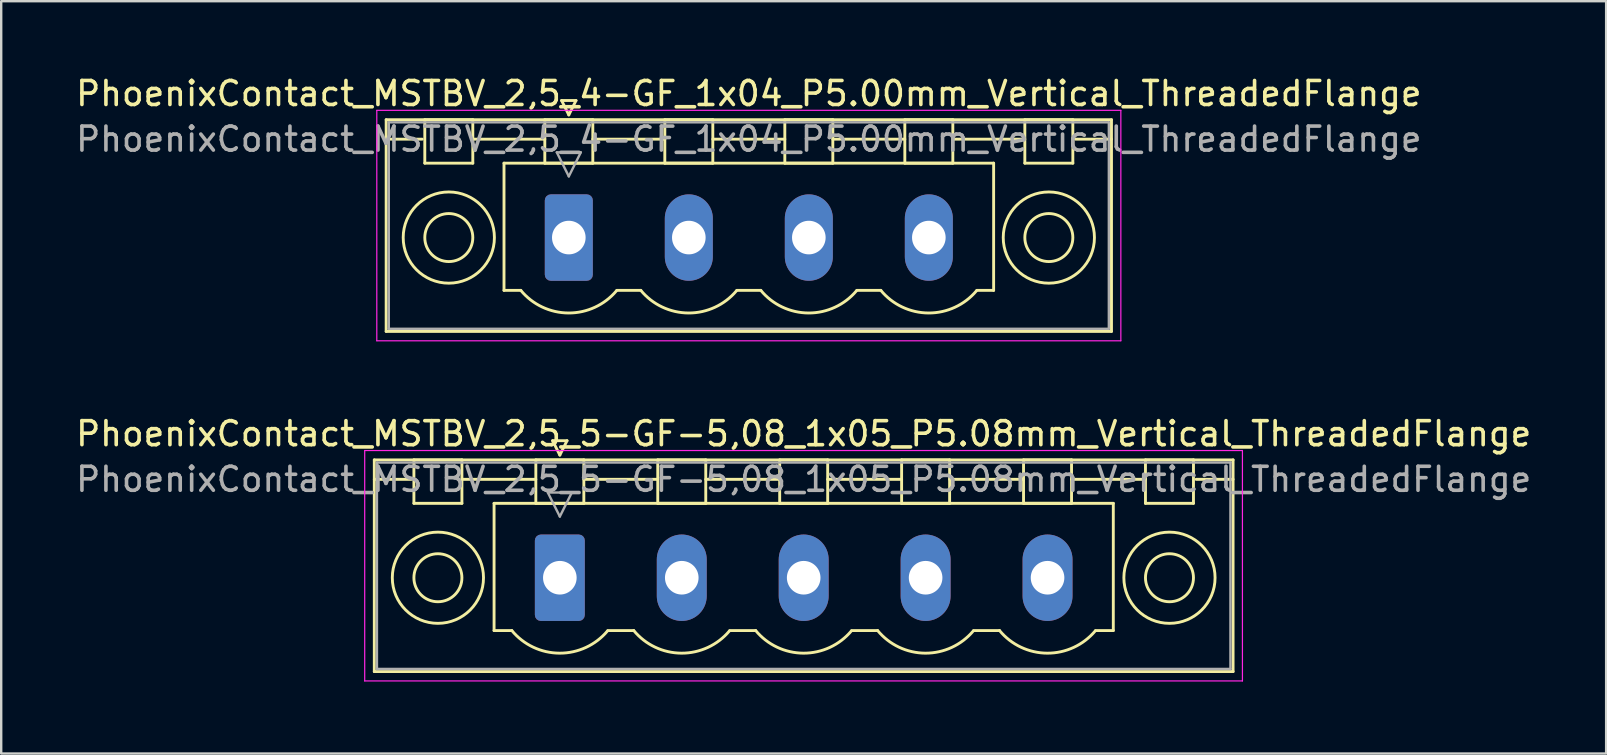
<source format=kicad_pcb>
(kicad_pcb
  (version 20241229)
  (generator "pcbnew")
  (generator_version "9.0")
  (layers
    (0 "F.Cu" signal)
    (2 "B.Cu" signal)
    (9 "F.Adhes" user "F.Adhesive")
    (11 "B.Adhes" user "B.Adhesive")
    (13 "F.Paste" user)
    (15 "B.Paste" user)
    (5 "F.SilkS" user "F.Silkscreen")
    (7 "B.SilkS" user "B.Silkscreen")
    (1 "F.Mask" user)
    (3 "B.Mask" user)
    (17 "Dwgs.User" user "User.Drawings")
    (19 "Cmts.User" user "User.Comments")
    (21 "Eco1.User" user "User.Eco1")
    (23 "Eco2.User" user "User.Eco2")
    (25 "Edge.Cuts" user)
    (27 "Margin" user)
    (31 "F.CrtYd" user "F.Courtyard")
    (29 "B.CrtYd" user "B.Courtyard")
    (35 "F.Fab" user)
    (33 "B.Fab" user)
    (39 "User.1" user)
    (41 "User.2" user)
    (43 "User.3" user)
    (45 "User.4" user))
  (footprint "PhoenixContact_MSTBV_2,5_4-GF_1x04_P5.00mm_Vertical_ThreadedFlange"
    (layer "F.Cu")
    (at 20.649 6.848)
    (property "Reference" "PhoenixContact_MSTBV_2,5_4-GF_1x04_P5.00mm_Vertical_ThreadedFlange" (at 7.5 -6 0) (layer "F.SilkS") (effects (font (size 1 1) (thickness 0.15))))
    (attr through_hole)
    (fp_line (start -7.61 -4.91) (end -7.61 3.91) (stroke (width 0.12) (type solid)) (layer "F.SilkS"))
    (fp_line (start -7.61 -4.1) (end -6.11 -4.1) (stroke (width 0.12) (type solid)) (layer "F.SilkS"))
    (fp_line (start -7.61 3.91) (end 22.61 3.91) (stroke (width 0.12) (type solid)) (layer "F.SilkS"))
    (fp_line (start -6 -4.91) (end -4 -4.91) (stroke (width 0.12) (type solid)) (layer "F.SilkS"))
    (fp_line (start -6 -3.1) (end -6 -4.91) (stroke (width 0.12) (type solid)) (layer "F.SilkS"))
    (fp_line (start -4 -4.91) (end -4 -3.1) (stroke (width 0.12) (type solid)) (layer "F.SilkS"))
    (fp_line (start -4 -4.1) (end -1 -4.1) (stroke (width 0.12) (type solid)) (layer "F.SilkS"))
    (fp_line (start -4 -3.1) (end -6 -3.1) (stroke (width 0.12) (type solid)) (layer "F.SilkS"))
    (fp_line (start -2.7 -3.1) (end 17.7 -3.1) (stroke (width 0.12) (type solid)) (layer "F.SilkS"))
    (fp_line (start -2.7 2.2) (end -2.7 -3.1) (stroke (width 0.12) (type solid)) (layer "F.SilkS"))
    (fp_line (start -2 2.2) (end -2.7 2.2) (stroke (width 0.12) (type solid)) (layer "F.SilkS"))
    (fp_line (start -1 -4.91) (end 1 -4.91) (stroke (width 0.12) (type solid)) (layer "F.SilkS"))
    (fp_line (start -1 -3.1) (end -1 -4.91) (stroke (width 0.12) (type solid)) (layer "F.SilkS"))
    (fp_line (start -0.3 -5.71) (end 0.3 -5.71) (stroke (width 0.12) (type solid)) (layer "F.SilkS"))
    (fp_line (start 0 -5.11) (end -0.3 -5.71) (stroke (width 0.12) (type solid)) (layer "F.SilkS"))
    (fp_line (start 0.3 -5.71) (end 0 -5.11) (stroke (width 0.12) (type solid)) (layer "F.SilkS"))
    (fp_line (start 1 -4.91) (end 1 -3.1) (stroke (width 0.12) (type solid)) (layer "F.SilkS"))
    (fp_line (start 1 -4.1) (end 4 -4.1) (stroke (width 0.12) (type solid)) (layer "F.SilkS"))
    (fp_line (start 1 -3.1) (end -1 -3.1) (stroke (width 0.12) (type solid)) (layer "F.SilkS"))
    (fp_line (start 2 2.2) (end 3 2.2) (stroke (width 0.12) (type solid)) (layer "F.SilkS"))
    (fp_line (start 4 -4.91) (end 6 -4.91) (stroke (width 0.12) (type solid)) (layer "F.SilkS"))
    (fp_line (start 4 -3.1) (end 4 -4.91) (stroke (width 0.12) (type solid)) (layer "F.SilkS"))
    (fp_line (start 6 -4.91) (end 6 -3.1) (stroke (width 0.12) (type solid)) (layer "F.SilkS"))
    (fp_line (start 6 -4.1) (end 9 -4.1) (stroke (width 0.12) (type solid)) (layer "F.SilkS"))
    (fp_line (start 6 -3.1) (end 4 -3.1) (stroke (width 0.12) (type solid)) (layer "F.SilkS"))
    (fp_line (start 7 2.2) (end 8 2.2) (stroke (width 0.12) (type solid)) (layer "F.SilkS"))
    (fp_line (start 9 -4.91) (end 11 -4.91) (stroke (width 0.12) (type solid)) (layer "F.SilkS"))
    (fp_line (start 9 -3.1) (end 9 -4.91) (stroke (width 0.12) (type solid)) (layer "F.SilkS"))
    (fp_line (start 11 -4.91) (end 11 -3.1) (stroke (width 0.12) (type solid)) (layer "F.SilkS"))
    (fp_line (start 11 -4.1) (end 14 -4.1) (stroke (width 0.12) (type solid)) (layer "F.SilkS"))
    (fp_line (start 11 -3.1) (end 9 -3.1) (stroke (width 0.12) (type solid)) (layer "F.SilkS"))
    (fp_line (start 12 2.2) (end 13 2.2) (stroke (width 0.12) (type solid)) (layer "F.SilkS"))
    (fp_line (start 14 -4.91) (end 16 -4.91) (stroke (width 0.12) (type solid)) (layer "F.SilkS"))
    (fp_line (start 14 -3.1) (end 14 -4.91) (stroke (width 0.12) (type solid)) (layer "F.SilkS"))
    (fp_line (start 16 -4.91) (end 16 -3.1) (stroke (width 0.12) (type solid)) (layer "F.SilkS"))
    (fp_line (start 16 -4.1) (end 19 -4.1) (stroke (width 0.12) (type solid)) (layer "F.SilkS"))
    (fp_line (start 16 -3.1) (end 14 -3.1) (stroke (width 0.12) (type solid)) (layer "F.SilkS"))
    (fp_line (start 17.7 -3.1) (end 17.7 2.2) (stroke (width 0.12) (type solid)) (layer "F.SilkS"))
    (fp_line (start 17.7 2.2) (end 17 2.2) (stroke (width 0.12) (type solid)) (layer "F.SilkS"))
    (fp_line (start 19 -4.91) (end 21 -4.91) (stroke (width 0.12) (type solid)) (layer "F.SilkS"))
    (fp_line (start 19 -3.1) (end 19 -4.91) (stroke (width 0.12) (type solid)) (layer "F.SilkS"))
    (fp_line (start 21 -4.91) (end 21 -3.1) (stroke (width 0.12) (type solid)) (layer "F.SilkS"))
    (fp_line (start 21 -3.1) (end 19 -3.1) (stroke (width 0.12) (type solid)) (layer "F.SilkS"))
    (fp_line (start 22.61 -4.91) (end -7.61 -4.91) (stroke (width 0.12) (type solid)) (layer "F.SilkS"))
    (fp_line (start 22.61 -4.1) (end 21.11 -4.1) (stroke (width 0.12) (type solid)) (layer "F.SilkS"))
    (fp_line (start 22.61 3.91) (end 22.61 -4.91) (stroke (width 0.12) (type solid)) (layer "F.SilkS"))
    (fp_arc (start 1.986842 2.215821) (mid -0.010289 3.142758) (end -2 2.2) (stroke (width 0.12) (type solid)) (layer "F.SilkS"))
    (fp_arc (start 6.986842 2.215821) (mid 4.989711 3.142758) (end 3 2.2) (stroke (width 0.12) (type solid)) (layer "F.SilkS"))
    (fp_arc (start 11.986842 2.215821) (mid 9.989711 3.142758) (end 8 2.2) (stroke (width 0.12) (type solid)) (layer "F.SilkS"))
    (fp_arc (start 16.986842 2.215821) (mid 14.989711 3.142758) (end 13 2.2) (stroke (width 0.12) (type solid)) (layer "F.SilkS"))
    (fp_circle (center -5 0) (end -4 0) (stroke (width 0.12) (type solid)) (fill no) (layer "F.SilkS"))
    (fp_circle (center -5 0) (end -3.1 0) (stroke (width 0.12) (type solid)) (fill no) (layer "F.SilkS"))
    (fp_circle (center 20 0) (end 21 0) (stroke (width 0.12) (type solid)) (fill no) (layer "F.SilkS"))
    (fp_circle (center 20 0) (end 21.9 0) (stroke (width 0.12) (type solid)) (fill no) (layer "F.SilkS"))
    (fp_line (start -8 -5.3) (end -8 4.3) (stroke (width 0.05) (type solid)) (layer "F.CrtYd"))
    (fp_line (start -8 4.3) (end 23 4.3) (stroke (width 0.05) (type solid)) (layer "F.CrtYd"))
    (fp_line (start 23 -5.3) (end -8 -5.3) (stroke (width 0.05) (type solid)) (layer "F.CrtYd"))
    (fp_line (start 23 4.3) (end 23 -5.3) (stroke (width 0.05) (type solid)) (layer "F.CrtYd"))
    (fp_line (start -7.5 -4.8) (end -7.5 3.8) (stroke (width 0.1) (type solid)) (layer "F.Fab"))
    (fp_line (start -7.5 3.8) (end 22.5 3.8) (stroke (width 0.1) (type solid)) (layer "F.Fab"))
    (fp_line (start -0.5 -3.55) (end 0.5 -3.55) (stroke (width 0.1) (type solid)) (layer "F.Fab"))
    (fp_line (start 0 -2.55) (end -0.5 -3.55) (stroke (width 0.1) (type solid)) (layer "F.Fab"))
    (fp_line (start 0.5 -3.55) (end 0 -2.55) (stroke (width 0.1) (type solid)) (layer "F.Fab"))
    (fp_line (start 22.5 -4.8) (end -7.5 -4.8) (stroke (width 0.1) (type solid)) (layer "F.Fab"))
    (fp_line (start 22.5 3.8) (end 22.5 -4.8) (stroke (width 0.1) (type solid)) (layer "F.Fab"))
    (fp_text user "${REFERENCE}" (at 7.5 -4.1 0) (layer "F.Fab") (effects (font (size 1 1) (thickness 0.15))))
    (pad "1" thru_hole roundrect (at 0 0) (size 2 3.6) (drill 1.4) (layers "*.Cu" "*.Mask") (roundrect_rratio 0.125))
    (pad "2" thru_hole oval (at 5 0) (size 2 3.6) (drill 1.4) (layers "*.Cu" "*.Mask"))
    (pad "3" thru_hole oval (at 10 0) (size 2 3.6) (drill 1.4) (layers "*.Cu" "*.Mask"))
    (pad "4" thru_hole oval (at 15 0) (size 2 3.6) (drill 1.4) (layers "*.Cu" "*.Mask")))
  (footprint "PhoenixContact_MSTBV_2,5_5-GF-5,08_1x05_P5.08mm_Vertical_ThreadedFlange"
    (layer "F.Cu")
    (at 20.275 21.021)
    (property "Reference" "PhoenixContact_MSTBV_2,5_5-GF-5,08_1x05_P5.08mm_Vertical_ThreadedFlange" (at 10.16 -6 0) (layer "F.SilkS") (effects (font (size 1 1) (thickness 0.15))))
    (attr through_hole)
    (fp_line (start -7.73 -4.91) (end -7.73 3.91) (stroke (width 0.12) (type solid)) (layer "F.SilkS"))
    (fp_line (start -7.73 -4.1) (end -6.19 -4.1) (stroke (width 0.12) (type solid)) (layer "F.SilkS"))
    (fp_line (start -7.73 3.91) (end 28.05 3.91) (stroke (width 0.12) (type solid)) (layer "F.SilkS"))
    (fp_line (start -6.08 -4.91) (end -4.08 -4.91) (stroke (width 0.12) (type solid)) (layer "F.SilkS"))
    (fp_line (start -6.08 -3.1) (end -6.08 -4.91) (stroke (width 0.12) (type solid)) (layer "F.SilkS"))
    (fp_line (start -4.08 -4.91) (end -4.08 -3.1) (stroke (width 0.12) (type solid)) (layer "F.SilkS"))
    (fp_line (start -4.08 -4.1) (end -1 -4.1) (stroke (width 0.12) (type solid)) (layer "F.SilkS"))
    (fp_line (start -4.08 -3.1) (end -6.08 -3.1) (stroke (width 0.12) (type solid)) (layer "F.SilkS"))
    (fp_line (start -2.74 -3.1) (end 23.06 -3.1) (stroke (width 0.12) (type solid)) (layer "F.SilkS"))
    (fp_line (start -2.74 2.2) (end -2.74 -3.1) (stroke (width 0.12) (type solid)) (layer "F.SilkS"))
    (fp_line (start -2 2.2) (end -2.74 2.2) (stroke (width 0.12) (type solid)) (layer "F.SilkS"))
    (fp_line (start -1 -4.91) (end 1 -4.91) (stroke (width 0.12) (type solid)) (layer "F.SilkS"))
    (fp_line (start -1 -3.1) (end -1 -4.91) (stroke (width 0.12) (type solid)) (layer "F.SilkS"))
    (fp_line (start -0.3 -5.71) (end 0.3 -5.71) (stroke (width 0.12) (type solid)) (layer "F.SilkS"))
    (fp_line (start 0 -5.11) (end -0.3 -5.71) (stroke (width 0.12) (type solid)) (layer "F.SilkS"))
    (fp_line (start 0.3 -5.71) (end 0 -5.11) (stroke (width 0.12) (type solid)) (layer "F.SilkS"))
    (fp_line (start 1 -4.91) (end 1 -3.1) (stroke (width 0.12) (type solid)) (layer "F.SilkS"))
    (fp_line (start 1 -4.1) (end 4.08 -4.1) (stroke (width 0.12) (type solid)) (layer "F.SilkS"))
    (fp_line (start 1 -3.1) (end -1 -3.1) (stroke (width 0.12) (type solid)) (layer "F.SilkS"))
    (fp_line (start 2 2.2) (end 3.08 2.2) (stroke (width 0.12) (type solid)) (layer "F.SilkS"))
    (fp_line (start 4.08 -4.91) (end 6.08 -4.91) (stroke (width 0.12) (type solid)) (layer "F.SilkS"))
    (fp_line (start 4.08 -3.1) (end 4.08 -4.91) (stroke (width 0.12) (type solid)) (layer "F.SilkS"))
    (fp_line (start 6.08 -4.91) (end 6.08 -3.1) (stroke (width 0.12) (type solid)) (layer "F.SilkS"))
    (fp_line (start 6.08 -4.1) (end 9.16 -4.1) (stroke (width 0.12) (type solid)) (layer "F.SilkS"))
    (fp_line (start 6.08 -3.1) (end 4.08 -3.1) (stroke (width 0.12) (type solid)) (layer "F.SilkS"))
    (fp_line (start 7.08 2.2) (end 8.16 2.2) (stroke (width 0.12) (type solid)) (layer "F.SilkS"))
    (fp_line (start 9.16 -4.91) (end 11.16 -4.91) (stroke (width 0.12) (type solid)) (layer "F.SilkS"))
    (fp_line (start 9.16 -3.1) (end 9.16 -4.91) (stroke (width 0.12) (type solid)) (layer "F.SilkS"))
    (fp_line (start 11.16 -4.91) (end 11.16 -3.1) (stroke (width 0.12) (type solid)) (layer "F.SilkS"))
    (fp_line (start 11.16 -4.1) (end 14.24 -4.1) (stroke (width 0.12) (type solid)) (layer "F.SilkS"))
    (fp_line (start 11.16 -3.1) (end 9.16 -3.1) (stroke (width 0.12) (type solid)) (layer "F.SilkS"))
    (fp_line (start 12.16 2.2) (end 13.24 2.2) (stroke (width 0.12) (type solid)) (layer "F.SilkS"))
    (fp_line (start 14.24 -4.91) (end 16.24 -4.91) (stroke (width 0.12) (type solid)) (layer "F.SilkS"))
    (fp_line (start 14.24 -3.1) (end 14.24 -4.91) (stroke (width 0.12) (type solid)) (layer "F.SilkS"))
    (fp_line (start 16.24 -4.91) (end 16.24 -3.1) (stroke (width 0.12) (type solid)) (layer "F.SilkS"))
    (fp_line (start 16.24 -4.1) (end 19.32 -4.1) (stroke (width 0.12) (type solid)) (layer "F.SilkS"))
    (fp_line (start 16.24 -3.1) (end 14.24 -3.1) (stroke (width 0.12) (type solid)) (layer "F.SilkS"))
    (fp_line (start 17.24 2.2) (end 18.32 2.2) (stroke (width 0.12) (type solid)) (layer "F.SilkS"))
    (fp_line (start 19.32 -4.91) (end 21.32 -4.91) (stroke (width 0.12) (type solid)) (layer "F.SilkS"))
    (fp_line (start 19.32 -3.1) (end 19.32 -4.91) (stroke (width 0.12) (type solid)) (layer "F.SilkS"))
    (fp_line (start 21.32 -4.91) (end 21.32 -3.1) (stroke (width 0.12) (type solid)) (layer "F.SilkS"))
    (fp_line (start 21.32 -4.1) (end 24.4 -4.1) (stroke (width 0.12) (type solid)) (layer "F.SilkS"))
    (fp_line (start 21.32 -3.1) (end 19.32 -3.1) (stroke (width 0.12) (type solid)) (layer "F.SilkS"))
    (fp_line (start 23.06 -3.1) (end 23.06 2.2) (stroke (width 0.12) (type solid)) (layer "F.SilkS"))
    (fp_line (start 23.06 2.2) (end 22.32 2.2) (stroke (width 0.12) (type solid)) (layer "F.SilkS"))
    (fp_line (start 24.4 -4.91) (end 26.4 -4.91) (stroke (width 0.12) (type solid)) (layer "F.SilkS"))
    (fp_line (start 24.4 -3.1) (end 24.4 -4.91) (stroke (width 0.12) (type solid)) (layer "F.SilkS"))
    (fp_line (start 26.4 -4.91) (end 26.4 -3.1) (stroke (width 0.12) (type solid)) (layer "F.SilkS"))
    (fp_line (start 26.4 -3.1) (end 24.4 -3.1) (stroke (width 0.12) (type solid)) (layer "F.SilkS"))
    (fp_line (start 28.05 -4.91) (end -7.73 -4.91) (stroke (width 0.12) (type solid)) (layer "F.SilkS"))
    (fp_line (start 28.05 -4.1) (end 26.51 -4.1) (stroke (width 0.12) (type solid)) (layer "F.SilkS"))
    (fp_line (start 28.05 3.91) (end 28.05 -4.91) (stroke (width 0.12) (type solid)) (layer "F.SilkS"))
    (fp_arc (start 1.986842 2.215821) (mid -0.010289 3.142758) (end -2 2.2) (stroke (width 0.12) (type solid)) (layer "F.SilkS"))
    (fp_arc (start 7.066842 2.215821) (mid 5.069711 3.142758) (end 3.08 2.2) (stroke (width 0.12) (type solid)) (layer "F.SilkS"))
    (fp_arc (start 12.146842 2.215821) (mid 10.149711 3.142758) (end 8.16 2.2) (stroke (width 0.12) (type solid)) (layer "F.SilkS"))
    (fp_arc (start 17.226842 2.215821) (mid 15.229711 3.142758) (end 13.24 2.2) (stroke (width 0.12) (type solid)) (layer "F.SilkS"))
    (fp_arc (start 22.306842 2.215821) (mid 20.309711 3.142758) (end 18.32 2.2) (stroke (width 0.12) (type solid)) (layer "F.SilkS"))
    (fp_circle (center -5.08 0) (end -4.08 0) (stroke (width 0.12) (type solid)) (fill no) (layer "F.SilkS"))
    (fp_circle (center -5.08 0) (end -3.18 0) (stroke (width 0.12) (type solid)) (fill no) (layer "F.SilkS"))
    (fp_circle (center 25.4 0) (end 26.4 0) (stroke (width 0.12) (type solid)) (fill no) (layer "F.SilkS"))
    (fp_circle (center 25.4 0) (end 27.3 0) (stroke (width 0.12) (type solid)) (fill no) (layer "F.SilkS"))
    (fp_line (start -8.13 -5.3) (end -8.13 4.3) (stroke (width 0.05) (type solid)) (layer "F.CrtYd"))
    (fp_line (start -8.13 4.3) (end 28.44 4.3) (stroke (width 0.05) (type solid)) (layer "F.CrtYd"))
    (fp_line (start 28.44 -5.3) (end -8.13 -5.3) (stroke (width 0.05) (type solid)) (layer "F.CrtYd"))
    (fp_line (start 28.44 4.3) (end 28.44 -5.3) (stroke (width 0.05) (type solid)) (layer "F.CrtYd"))
    (fp_line (start -7.62 -4.8) (end -7.62 3.8) (stroke (width 0.1) (type solid)) (layer "F.Fab"))
    (fp_line (start -7.62 3.8) (end 27.94 3.8) (stroke (width 0.1) (type solid)) (layer "F.Fab"))
    (fp_line (start -0.5 -3.55) (end 0.5 -3.55) (stroke (width 0.1) (type solid)) (layer "F.Fab"))
    (fp_line (start 0 -2.55) (end -0.5 -3.55) (stroke (width 0.1) (type solid)) (layer "F.Fab"))
    (fp_line (start 0.5 -3.55) (end 0 -2.55) (stroke (width 0.1) (type solid)) (layer "F.Fab"))
    (fp_line (start 27.94 -4.8) (end -7.62 -4.8) (stroke (width 0.1) (type solid)) (layer "F.Fab"))
    (fp_line (start 27.94 3.8) (end 27.94 -4.8) (stroke (width 0.1) (type solid)) (layer "F.Fab"))
    (fp_text user "${REFERENCE}" (at 10.16 -4.1 0) (layer "F.Fab") (effects (font (size 1 1) (thickness 0.15))))
    (pad "1" thru_hole roundrect (at 0 0) (size 2.08 3.6) (drill 1.4) (layers "*.Cu" "*.Mask") (roundrect_rratio 0.12))
    (pad "2" thru_hole oval (at 5.08 0) (size 2.08 3.6) (drill 1.4) (layers "*.Cu" "*.Mask"))
    (pad "3" thru_hole oval (at 10.16 0) (size 2.08 3.6) (drill 1.4) (layers "*.Cu" "*.Mask"))
    (pad "4" thru_hole oval (at 15.24 0) (size 2.08 3.6) (drill 1.4) (layers "*.Cu" "*.Mask"))
    (pad "5" thru_hole oval (at 20.32 0) (size 2.08 3.6) (drill 1.4) (layers "*.Cu" "*.Mask")))
  (gr_rect
    (start -3 -3)
    (end 63.869 28.346)
    (stroke (width 0.1) (type default))
    (fill no)
    (layer "Edge.Cuts")))
</source>
